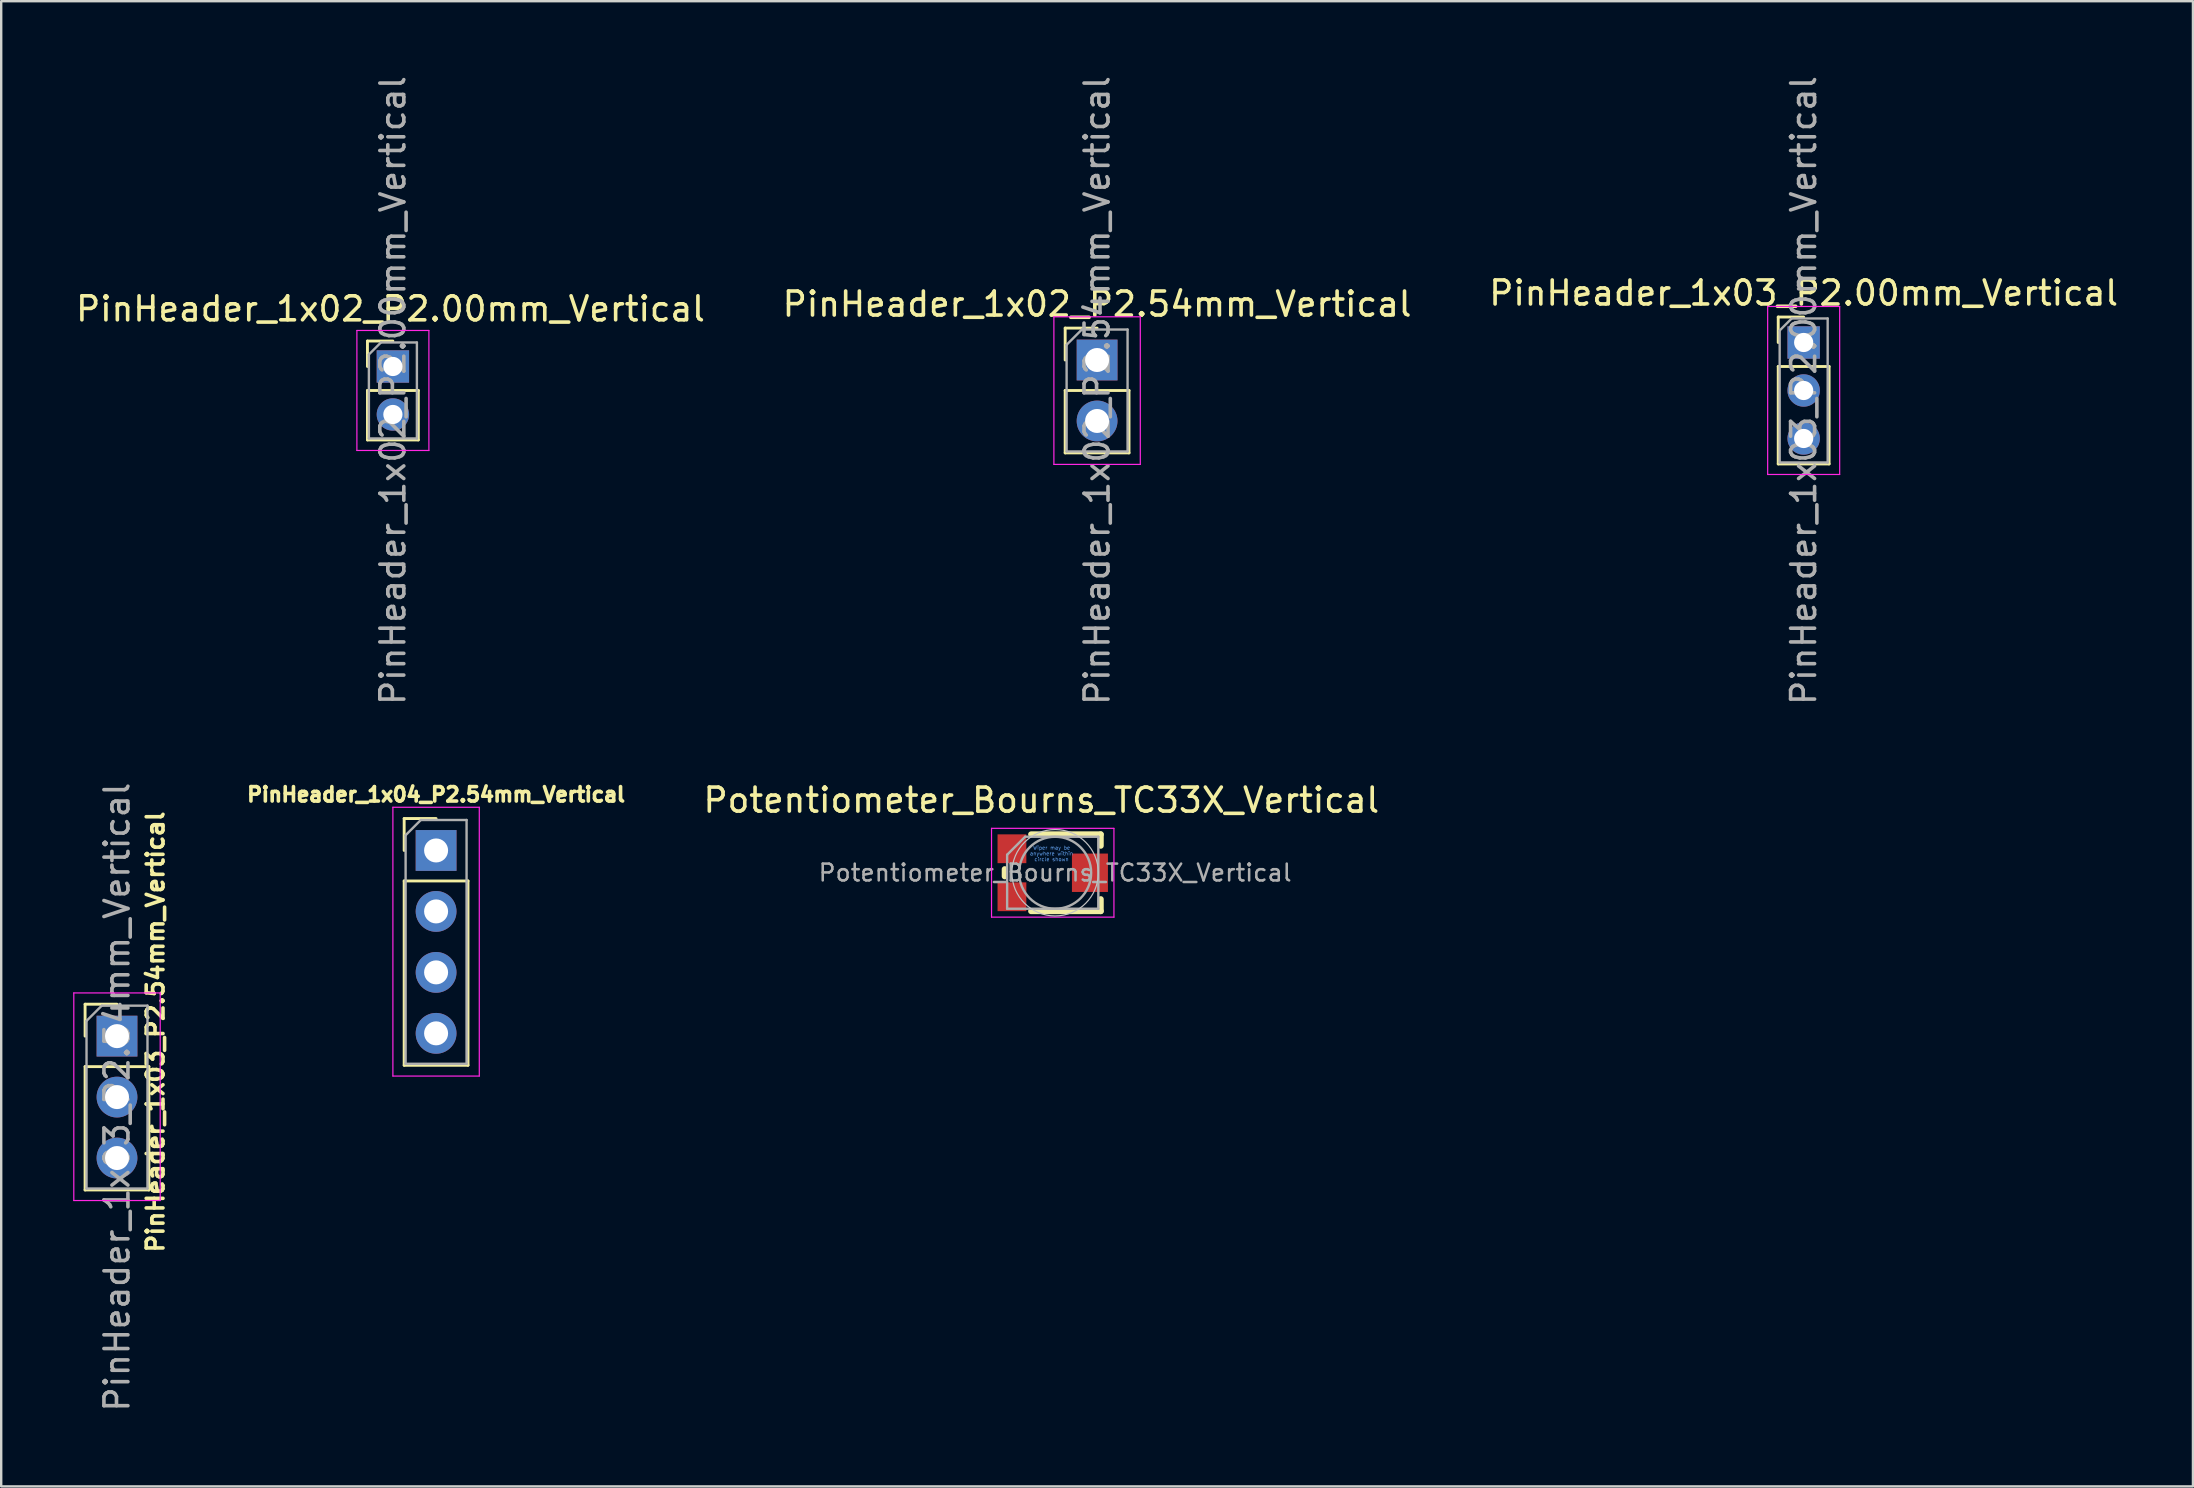
<source format=kicad_pcb>
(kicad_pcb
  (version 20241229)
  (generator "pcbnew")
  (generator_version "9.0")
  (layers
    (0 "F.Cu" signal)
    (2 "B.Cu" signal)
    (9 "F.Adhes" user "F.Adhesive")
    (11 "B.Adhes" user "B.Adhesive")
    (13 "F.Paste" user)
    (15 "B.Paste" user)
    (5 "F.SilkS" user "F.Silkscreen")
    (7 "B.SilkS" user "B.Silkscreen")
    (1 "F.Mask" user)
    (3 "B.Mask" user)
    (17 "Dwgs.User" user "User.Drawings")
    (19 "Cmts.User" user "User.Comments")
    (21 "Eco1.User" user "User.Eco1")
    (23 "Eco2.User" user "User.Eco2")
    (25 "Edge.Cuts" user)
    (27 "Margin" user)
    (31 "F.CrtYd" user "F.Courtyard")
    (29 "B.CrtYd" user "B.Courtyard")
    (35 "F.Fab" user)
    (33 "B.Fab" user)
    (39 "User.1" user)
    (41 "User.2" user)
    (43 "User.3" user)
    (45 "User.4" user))
  (footprint "PinHeader_1x03_P2.54mm_Vertical"
    (layer "F.Cu")
    (at 1.825 40.121)
    (property "Reference" "PinHeader_1x03_P2.54mm_Vertical" (at 1.6 -0.175 270) (layer "F.SilkS") (effects (font (size 0.7 0.7) (thickness 0.15))))
    (attr through_hole)
    (fp_line (start -1.33 -1.33) (end 0 -1.33) (stroke (width 0.12) (type solid)) (layer "F.SilkS"))
    (fp_line (start -1.33 0) (end -1.33 -1.33) (stroke (width 0.12) (type solid)) (layer "F.SilkS"))
    (fp_line (start -1.33 1.27) (end -1.33 6.41) (stroke (width 0.12) (type solid)) (layer "F.SilkS"))
    (fp_line (start -1.33 1.27) (end 1.33 1.27) (stroke (width 0.12) (type solid)) (layer "F.SilkS"))
    (fp_line (start -1.33 6.41) (end 1.33 6.41) (stroke (width 0.12) (type solid)) (layer "F.SilkS"))
    (fp_line (start 1.33 1.27) (end 1.33 6.41) (stroke (width 0.12) (type solid)) (layer "F.SilkS"))
    (fp_line (start -1.8 -1.8) (end -1.8 6.85) (stroke (width 0.05) (type solid)) (layer "F.CrtYd"))
    (fp_line (start -1.8 6.85) (end 1.8 6.85) (stroke (width 0.05) (type solid)) (layer "F.CrtYd"))
    (fp_line (start 1.8 -1.8) (end -1.8 -1.8) (stroke (width 0.05) (type solid)) (layer "F.CrtYd"))
    (fp_line (start 1.8 6.85) (end 1.8 -1.8) (stroke (width 0.05) (type solid)) (layer "F.CrtYd"))
    (fp_line (start -1.27 -0.635) (end -0.635 -1.27) (stroke (width 0.1) (type solid)) (layer "F.Fab"))
    (fp_line (start -1.27 6.35) (end -1.27 -0.635) (stroke (width 0.1) (type solid)) (layer "F.Fab"))
    (fp_line (start -0.635 -1.27) (end 1.27 -1.27) (stroke (width 0.1) (type solid)) (layer "F.Fab"))
    (fp_line (start 1.27 -1.27) (end 1.27 6.35) (stroke (width 0.1) (type solid)) (layer "F.Fab"))
    (fp_line (start 1.27 6.35) (end -1.27 6.35) (stroke (width 0.1) (type solid)) (layer "F.Fab"))
    (fp_text user "${REFERENCE}" (at 0 2.54 270) (layer "F.Fab") (effects (font (size 1 1) (thickness 0.15))))
    (pad "1" thru_hole rect (at 0 0) (size 1.7 1.7) (drill 1) (layers "*.Cu" "*.Mask"))
    (pad "2" thru_hole oval (at 0 2.54) (size 1.7 1.7) (drill 1) (layers "*.Cu" "*.Mask"))
    (pad "3" thru_hole oval (at 0 5.08) (size 1.7 1.7) (drill 1) (layers "*.Cu" "*.Mask")))
  (footprint "PinHeader_1x04_P2.54mm_Vertical"
    (layer "F.Cu")
    (at 15.12 32.385)
    (property "Reference" "PinHeader_1x04_P2.54mm_Vertical" (at 0 -2.33 0) (layer "F.SilkS") (effects (font (size 0.6 0.6) (thickness 0.15))))
    (attr through_hole)
    (fp_line (start -1.33 -1.33) (end 0 -1.33) (stroke (width 0.12) (type solid)) (layer "F.SilkS"))
    (fp_line (start -1.33 0) (end -1.33 -1.33) (stroke (width 0.12) (type solid)) (layer "F.SilkS"))
    (fp_line (start -1.33 1.27) (end -1.33 8.95) (stroke (width 0.12) (type solid)) (layer "F.SilkS"))
    (fp_line (start -1.33 1.27) (end 1.33 1.27) (stroke (width 0.12) (type solid)) (layer "F.SilkS"))
    (fp_line (start -1.33 8.95) (end 1.33 8.95) (stroke (width 0.12) (type solid)) (layer "F.SilkS"))
    (fp_line (start 1.33 1.27) (end 1.33 8.95) (stroke (width 0.12) (type solid)) (layer "F.SilkS"))
    (fp_line (start -1.8 -1.8) (end -1.8 9.4) (stroke (width 0.05) (type solid)) (layer "F.CrtYd"))
    (fp_line (start -1.8 9.4) (end 1.8 9.4) (stroke (width 0.05) (type solid)) (layer "F.CrtYd"))
    (fp_line (start 1.8 -1.8) (end -1.8 -1.8) (stroke (width 0.05) (type solid)) (layer "F.CrtYd"))
    (fp_line (start 1.8 9.4) (end 1.8 -1.8) (stroke (width 0.05) (type solid)) (layer "F.CrtYd"))
    (fp_line (start -1.27 -0.635) (end -0.635 -1.27) (stroke (width 0.1) (type solid)) (layer "F.Fab"))
    (fp_line (start -1.27 8.89) (end -1.27 -0.635) (stroke (width 0.1) (type solid)) (layer "F.Fab"))
    (fp_line (start -0.635 -1.27) (end 1.27 -1.27) (stroke (width 0.1) (type solid)) (layer "F.Fab"))
    (fp_line (start 1.27 -1.27) (end 1.27 8.89) (stroke (width 0.1) (type solid)) (layer "F.Fab"))
    (fp_line (start 1.27 8.89) (end -1.27 8.89) (stroke (width 0.1) (type solid)) (layer "F.Fab"))
    (pad "1" thru_hole rect (at 0 0) (size 1.7 1.7) (drill 1) (layers "*.Cu" "*.Mask"))
    (pad "2" thru_hole oval (at 0 2.54) (size 1.7 1.7) (drill 1) (layers "*.Cu" "*.Mask"))
    (pad "3" thru_hole oval (at 0 5.08) (size 1.7 1.7) (drill 1) (layers "*.Cu" "*.Mask"))
    (pad "4" thru_hole oval (at 0 7.62) (size 1.7 1.7) (drill 1) (layers "*.Cu" "*.Mask")))
  (footprint "PinHeader_1x02_P2.54mm_Vertical"
    (layer "F.Cu")
    (at 42.661 11.95)
    (property "Reference" "PinHeader_1x02_P2.54mm_Vertical" (at 0 -2.33 0) (layer "F.SilkS") (effects (font (size 1 1) (thickness 0.15))))
    (attr through_hole)
    (fp_line (start -1.33 -1.33) (end 0 -1.33) (stroke (width 0.12) (type solid)) (layer "F.SilkS"))
    (fp_line (start -1.33 0) (end -1.33 -1.33) (stroke (width 0.12) (type solid)) (layer "F.SilkS"))
    (fp_line (start -1.33 1.27) (end -1.33 3.87) (stroke (width 0.12) (type solid)) (layer "F.SilkS"))
    (fp_line (start -1.33 1.27) (end 1.33 1.27) (stroke (width 0.12) (type solid)) (layer "F.SilkS"))
    (fp_line (start -1.33 3.87) (end 1.33 3.87) (stroke (width 0.12) (type solid)) (layer "F.SilkS"))
    (fp_line (start 1.33 1.27) (end 1.33 3.87) (stroke (width 0.12) (type solid)) (layer "F.SilkS"))
    (fp_line (start -1.8 -1.8) (end -1.8 4.35) (stroke (width 0.05) (type solid)) (layer "F.CrtYd"))
    (fp_line (start -1.8 4.35) (end 1.8 4.35) (stroke (width 0.05) (type solid)) (layer "F.CrtYd"))
    (fp_line (start 1.8 -1.8) (end -1.8 -1.8) (stroke (width 0.05) (type solid)) (layer "F.CrtYd"))
    (fp_line (start 1.8 4.35) (end 1.8 -1.8) (stroke (width 0.05) (type solid)) (layer "F.CrtYd"))
    (fp_line (start -1.27 -0.635) (end -0.635 -1.27) (stroke (width 0.1) (type solid)) (layer "F.Fab"))
    (fp_line (start -1.27 3.81) (end -1.27 -0.635) (stroke (width 0.1) (type solid)) (layer "F.Fab"))
    (fp_line (start -0.635 -1.27) (end 1.27 -1.27) (stroke (width 0.1) (type solid)) (layer "F.Fab"))
    (fp_line (start 1.27 -1.27) (end 1.27 3.81) (stroke (width 0.1) (type solid)) (layer "F.Fab"))
    (fp_line (start 1.27 3.81) (end -1.27 3.81) (stroke (width 0.1) (type solid)) (layer "F.Fab"))
    (fp_text user "${REFERENCE}" (at 0 1.27 90) (layer "F.Fab") (effects (font (size 1 1) (thickness 0.15))))
    (pad "1" thru_hole rect (at 0 0) (size 1.7 1.7) (drill 1) (layers "*.Cu" "*.Mask"))
    (pad "2" thru_hole oval (at 0 2.54) (size 1.7 1.7) (drill 1) (layers "*.Cu" "*.Mask")))
  (footprint "PinHeader_1x02_P2.00mm_Vertical"
    (layer "F.Cu")
    (at 13.32 12.22)
    (property "Reference" "PinHeader_1x02_P2.00mm_Vertical" (at -0.1 -2.4 0) (layer "F.SilkS") (effects (font (size 1 1) (thickness 0.15))))
    (attr through_hole)
    (fp_line (start -1.06 -1.06) (end 0 -1.06) (stroke (width 0.12) (type solid)) (layer "F.SilkS"))
    (fp_line (start -1.06 0) (end -1.06 -1.06) (stroke (width 0.12) (type solid)) (layer "F.SilkS"))
    (fp_line (start -1.06 1) (end -1.06 3.06) (stroke (width 0.12) (type solid)) (layer "F.SilkS"))
    (fp_line (start -1.06 1) (end 1.06 1) (stroke (width 0.12) (type solid)) (layer "F.SilkS"))
    (fp_line (start -1.06 3.06) (end 1.06 3.06) (stroke (width 0.12) (type solid)) (layer "F.SilkS"))
    (fp_line (start 1.06 1) (end 1.06 3.06) (stroke (width 0.12) (type solid)) (layer "F.SilkS"))
    (fp_line (start -1.5 -1.5) (end -1.5 3.5) (stroke (width 0.05) (type solid)) (layer "F.CrtYd"))
    (fp_line (start -1.5 3.5) (end 1.5 3.5) (stroke (width 0.05) (type solid)) (layer "F.CrtYd"))
    (fp_line (start 1.5 -1.5) (end -1.5 -1.5) (stroke (width 0.05) (type solid)) (layer "F.CrtYd"))
    (fp_line (start 1.5 3.5) (end 1.5 -1.5) (stroke (width 0.05) (type solid)) (layer "F.CrtYd"))
    (fp_line (start -1 -0.5) (end -0.5 -1) (stroke (width 0.1) (type solid)) (layer "F.Fab"))
    (fp_line (start -1 3) (end -1 -0.5) (stroke (width 0.1) (type solid)) (layer "F.Fab"))
    (fp_line (start -0.5 -1) (end 1 -1) (stroke (width 0.1) (type solid)) (layer "F.Fab"))
    (fp_line (start 1 -1) (end 1 3) (stroke (width 0.1) (type solid)) (layer "F.Fab"))
    (fp_line (start 1 3) (end -1 3) (stroke (width 0.1) (type solid)) (layer "F.Fab"))
    (fp_text user "${REFERENCE}" (at 0 1 270) (layer "F.Fab") (effects (font (size 1 1) (thickness 0.15))))
    (pad "1" thru_hole rect (at 0 0) (size 1.35 1.35) (drill 0.8) (layers "*.Cu" "*.Mask"))
    (pad "2" thru_hole oval (at 0 2) (size 1.35 1.35) (drill 0.8) (layers "*.Cu" "*.Mask")))
  (footprint "Potentiometer_Bourns_TC33X_Vertical"
    (layer "F.Cu")
    (at 40.913 33.314)
    (property "Reference" "Potentiometer_Bourns_TC33X_Vertical" (at -0.575 -3.025 0) (layer "F.SilkS") (effects (font (size 1 1) (thickness 0.15))))
    (attr smd)
    (fp_line (start -2.1 -0.15) (end -2.1 0.15) (stroke (width 0.25) (type solid)) (layer "F.SilkS"))
    (fp_line (start -1 -1.6) (end 1.9 -1.6) (stroke (width 0.25) (type solid)) (layer "F.SilkS"))
    (fp_line (start -1 1.6) (end 1.9 1.6) (stroke (width 0.25) (type solid)) (layer "F.SilkS"))
    (fp_line (start 1.9 -1.6) (end 1.9 -1.125) (stroke (width 0.25) (type solid)) (layer "F.SilkS"))
    (fp_line (start 1.9 1.6) (end 1.9 1.1) (stroke (width 0.25) (type solid)) (layer "F.SilkS"))
    (fp_circle (center 0 0) (end 1.8 0) (stroke (width 0.05) (type solid)) (fill no) (layer "Dwgs.User"))
    (fp_line (start -2.65 -1.85) (end 2.45 -1.85) (stroke (width 0.05) (type solid)) (layer "F.CrtYd"))
    (fp_line (start -2.65 1.85) (end -2.65 -1.85) (stroke (width 0.05) (type solid)) (layer "F.CrtYd"))
    (fp_line (start 2.45 -1.85) (end 2.45 1.85) (stroke (width 0.05) (type solid)) (layer "F.CrtYd"))
    (fp_line (start 2.45 1.85) (end -2.65 1.85) (stroke (width 0.05) (type solid)) (layer "F.CrtYd"))
    (fp_line (start -2 -0.75) (end -2 1.5) (stroke (width 0.1) (type solid)) (layer "F.Fab"))
    (fp_line (start -2 1.5) (end 1.8 1.5) (stroke (width 0.1) (type solid)) (layer "F.Fab"))
    (fp_line (start -1.25 -1.5) (end -2 -0.75) (stroke (width 0.1) (type solid)) (layer "F.Fab"))
    (fp_line (start 1.8 -1.5) (end -1.25 -1.5) (stroke (width 0.1) (type solid)) (layer "F.Fab"))
    (fp_line (start 1.8 1.5) (end 1.8 -1.5) (stroke (width 0.1) (type solid)) (layer "F.Fab"))
    (fp_circle (center 0 0) (end 1.5 0) (stroke (width 0.1) (type solid)) (fill no) (layer "F.Fab"))
    (fp_text user "Wiper may be\nanywhere within\ncircle shown" (at -0.15 -0.8 0) (layer "Cmts.User") (effects (font (size 0.15 0.15) (thickness 0.02))))
    (fp_text user "${REFERENCE}" (at 0 0 0) (layer "F.Fab") (effects (font (size 0.7 0.7) (thickness 0.105))))
    (pad "1" smd rect (at -1.8 -1) (size 1.2 1.2) (layers "F.Cu" "F.Mask" "F.Paste"))
    (pad "2" smd rect (at 1.45 0) (size 1.5 1.6) (layers "F.Cu" "F.Mask" "F.Paste"))
    (pad "3" smd rect (at -1.8 1) (size 1.2 1.2) (layers "F.Cu" "F.Mask" "F.Paste")))
  (footprint "PinHeader_1x03_P2.00mm_Vertical"
    (layer "F.Cu")
    (at 72.101 11.22)
    (property "Reference" "PinHeader_1x03_P2.00mm_Vertical" (at 0 -2.06 180) (layer "F.SilkS") (effects (font (size 1 1) (thickness 0.15))))
    (attr through_hole)
    (fp_line (start -1.06 -1.06) (end 0 -1.06) (stroke (width 0.12) (type solid)) (layer "F.SilkS"))
    (fp_line (start -1.06 0) (end -1.06 -1.06) (stroke (width 0.12) (type solid)) (layer "F.SilkS"))
    (fp_line (start -1.06 1) (end -1.06 5.06) (stroke (width 0.12) (type solid)) (layer "F.SilkS"))
    (fp_line (start -1.06 1) (end 1.06 1) (stroke (width 0.12) (type solid)) (layer "F.SilkS"))
    (fp_line (start -1.06 5.06) (end 1.06 5.06) (stroke (width 0.12) (type solid)) (layer "F.SilkS"))
    (fp_line (start 1.06 1) (end 1.06 5.06) (stroke (width 0.12) (type solid)) (layer "F.SilkS"))
    (fp_line (start -1.5 -1.5) (end -1.5 5.5) (stroke (width 0.05) (type solid)) (layer "F.CrtYd"))
    (fp_line (start -1.5 5.5) (end 1.5 5.5) (stroke (width 0.05) (type solid)) (layer "F.CrtYd"))
    (fp_line (start 1.5 -1.5) (end -1.5 -1.5) (stroke (width 0.05) (type solid)) (layer "F.CrtYd"))
    (fp_line (start 1.5 5.5) (end 1.5 -1.5) (stroke (width 0.05) (type solid)) (layer "F.CrtYd"))
    (fp_line (start -1 -0.5) (end -0.5 -1) (stroke (width 0.1) (type solid)) (layer "F.Fab"))
    (fp_line (start -1 5) (end -1 -0.5) (stroke (width 0.1) (type solid)) (layer "F.Fab"))
    (fp_line (start -0.5 -1) (end 1 -1) (stroke (width 0.1) (type solid)) (layer "F.Fab"))
    (fp_line (start 1 -1) (end 1 5) (stroke (width 0.1) (type solid)) (layer "F.Fab"))
    (fp_line (start 1 5) (end -1 5) (stroke (width 0.1) (type solid)) (layer "F.Fab"))
    (fp_text user "${REFERENCE}" (at 0 2 270) (layer "F.Fab") (effects (font (size 1 1) (thickness 0.15))))
    (pad "1" thru_hole rect (at 0 0) (size 1.35 1.35) (drill 0.8) (layers "*.Cu" "*.Mask"))
    (pad "2" thru_hole oval (at 0 2) (size 1.35 1.35) (drill 0.8) (layers "*.Cu" "*.Mask"))
    (pad "3" thru_hole oval (at 0 4) (size 1.35 1.35) (drill 0.8) (layers "*.Cu" "*.Mask")))
  (gr_rect
    (start -3 -3)
    (end 88.321 58.881)
    (stroke (width 0.1) (type default))
    (fill no)
    (layer "Edge.Cuts")))
</source>
